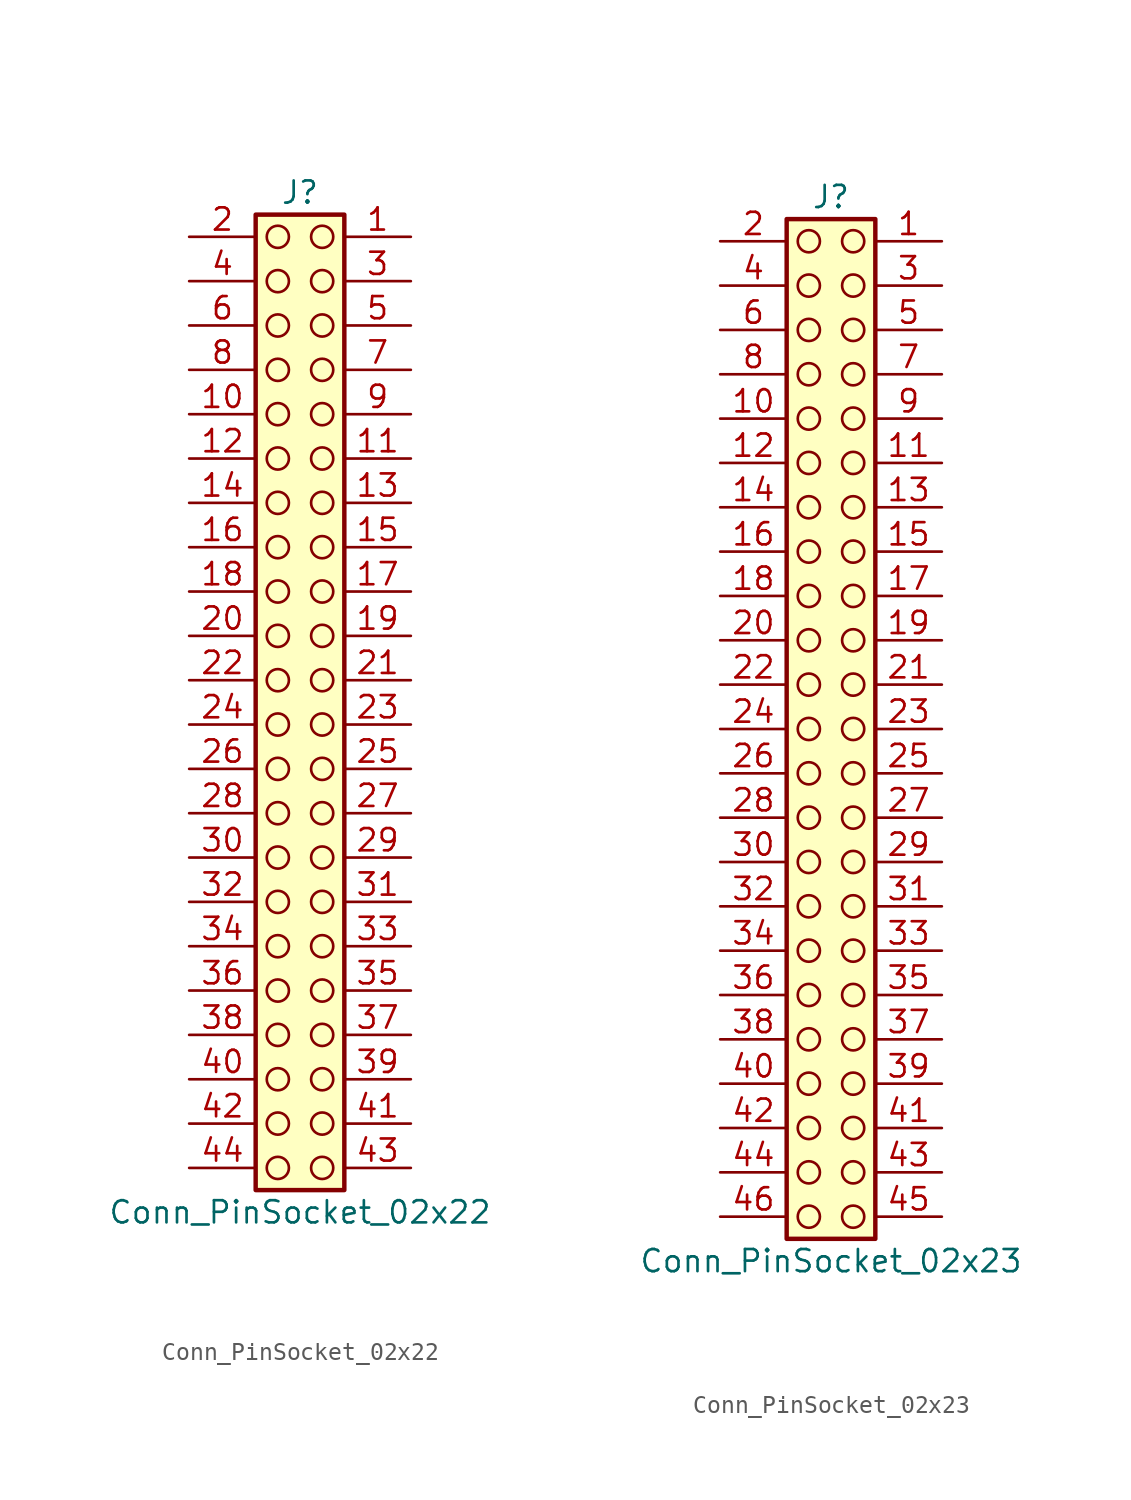
<source format=kicad_sym>
(kicad_symbol_lib
  (version 20241209)
  (generator "kicad_symbol_editor")
  (generator_version "9.0")
  (symbol "Conn_PinSocket_02x22"
    (pin_names
      (offset 1.016)
      (hide yes))
    (property "Reference" "J"
      (at 1.27 27.94 0)
      (effects (font (size 1.27 1.27))))
    (property "Value" "Conn_PinSocket_02x22"
      (at 1.27 -30.48 0)
      (effects (font (size 1.27 1.27))))
    (symbol "Conn_PinSocket_02x22_1_1"
      (rectangle (start -1.27 26.67) (end 3.81 -29.21) (stroke (width 0.254) (type default)) (fill (type background)))
      (circle (center 0 25.4) (radius 0.635) (stroke (width 0) (type solid) (color 132 0 0 1)) (fill (type none)))
      (circle (center 0 22.86) (radius 0.635) (stroke (width 0) (type solid) (color 132 0 0 1)) (fill (type none)))
      (circle (center 0 20.32) (radius 0.635) (stroke (width 0) (type solid) (color 132 0 0 1)) (fill (type none)))
      (circle (center 0 17.78) (radius 0.635) (stroke (width 0) (type solid) (color 132 0 0 1)) (fill (type none)))
      (circle (center 0 15.24) (radius 0.635) (stroke (width 0) (type solid) (color 132 0 0 1)) (fill (type none)))
      (circle (center 0 12.7) (radius 0.635) (stroke (width 0) (type solid) (color 132 0 0 1)) (fill (type none)))
      (circle (center 0 10.16) (radius 0.635) (stroke (width 0) (type solid) (color 132 0 0 1)) (fill (type none)))
      (circle (center 0 7.62) (radius 0.635) (stroke (width 0) (type solid) (color 132 0 0 1)) (fill (type none)))
      (circle (center 0 5.08) (radius 0.635) (stroke (width 0) (type solid) (color 132 0 0 1)) (fill (type none)))
      (circle (center 0 2.54) (radius 0.635) (stroke (width 0) (type solid) (color 132 0 0 1)) (fill (type none)))
      (circle (center 0 0) (radius 0.635) (stroke (width 0) (type solid) (color 132 0 0 1)) (fill (type none)))
      (circle (center 0 -2.54) (radius 0.635) (stroke (width 0) (type solid) (color 132 0 0 1)) (fill (type none)))
      (circle (center 0 -5.08) (radius 0.635) (stroke (width 0) (type solid) (color 132 0 0 1)) (fill (type none)))
      (circle (center 0 -7.62) (radius 0.635) (stroke (width 0) (type solid) (color 132 0 0 1)) (fill (type none)))
      (circle (center 0 -10.16) (radius 0.635) (stroke (width 0) (type solid) (color 132 0 0 1)) (fill (type none)))
      (circle (center 0 -12.7) (radius 0.635) (stroke (width 0) (type solid) (color 132 0 0 1)) (fill (type none)))
      (circle (center 0 -15.24) (radius 0.635) (stroke (width 0) (type solid) (color 132 0 0 1)) (fill (type none)))
      (circle (center 0 -17.78) (radius 0.635) (stroke (width 0) (type solid) (color 132 0 0 1)) (fill (type none)))
      (circle (center 0 -20.32) (radius 0.635) (stroke (width 0) (type solid) (color 132 0 0 1)) (fill (type none)))
      (circle (center 0 -22.86) (radius 0.635) (stroke (width 0) (type solid) (color 132 0 0 1)) (fill (type none)))
      (circle (center 0 -25.4) (radius 0.635) (stroke (width 0) (type solid) (color 132 0 0 1)) (fill (type none)))
      (circle (center 0 -27.94) (radius 0.635) (stroke (width 0) (type solid) (color 132 0 0 1)) (fill (type none)))
      (circle (center 2.54 25.4) (radius 0.635) (stroke (width 0) (type solid) (color 132 0 0 1)) (fill (type none)))
      (circle (center 2.54 22.86) (radius 0.635) (stroke (width 0) (type solid) (color 132 0 0 1)) (fill (type none)))
      (circle (center 2.54 20.32) (radius 0.635) (stroke (width 0) (type solid) (color 132 0 0 1)) (fill (type none)))
      (circle (center 2.54 17.78) (radius 0.635) (stroke (width 0) (type solid) (color 132 0 0 1)) (fill (type none)))
      (circle (center 2.54 15.24) (radius 0.635) (stroke (width 0) (type solid) (color 132 0 0 1)) (fill (type none)))
      (circle (center 2.54 12.7) (radius 0.635) (stroke (width 0) (type solid) (color 132 0 0 1)) (fill (type none)))
      (circle (center 2.54 10.16) (radius 0.635) (stroke (width 0) (type solid) (color 132 0 0 1)) (fill (type none)))
      (circle (center 2.54 7.62) (radius 0.635) (stroke (width 0) (type solid) (color 132 0 0 1)) (fill (type none)))
      (circle (center 2.54 5.08) (radius 0.635) (stroke (width 0) (type solid) (color 132 0 0 1)) (fill (type none)))
      (circle (center 2.54 2.54) (radius 0.635) (stroke (width 0) (type solid) (color 132 0 0 1)) (fill (type none)))
      (circle (center 2.54 0) (radius 0.635) (stroke (width 0) (type solid) (color 132 0 0 1)) (fill (type none)))
      (circle (center 2.54 -2.54) (radius 0.635) (stroke (width 0) (type solid) (color 132 0 0 1)) (fill (type none)))
      (circle (center 2.54 -5.08) (radius 0.635) (stroke (width 0) (type solid) (color 132 0 0 1)) (fill (type none)))
      (circle (center 2.54 -7.62) (radius 0.635) (stroke (width 0) (type solid) (color 132 0 0 1)) (fill (type none)))
      (circle (center 2.54 -10.16) (radius 0.635) (stroke (width 0) (type solid) (color 132 0 0 1)) (fill (type none)))
      (circle (center 2.54 -12.7) (radius 0.635) (stroke (width 0) (type solid) (color 132 0 0 1)) (fill (type none)))
      (circle (center 2.54 -15.24) (radius 0.635) (stroke (width 0) (type solid) (color 132 0 0 1)) (fill (type none)))
      (circle (center 2.54 -17.78) (radius 0.635) (stroke (width 0) (type solid) (color 132 0 0 1)) (fill (type none)))
      (circle (center 2.54 -20.32) (radius 0.635) (stroke (width 0) (type solid) (color 132 0 0 1)) (fill (type none)))
      (circle (center 2.54 -22.86) (radius 0.635) (stroke (width 0) (type solid) (color 132 0 0 1)) (fill (type none)))
      (circle (center 2.54 -25.4) (radius 0.635) (stroke (width 0) (type solid) (color 132 0 0 1)) (fill (type none)))
      (circle (center 2.54 -27.94) (radius 0.635) (stroke (width 0) (type solid) (color 132 0 0 1)) (fill (type none)))
      (pin passive line (at -5.08 25.4 0) (length 3.81) (name "Pin_2" (effects (font (size 1.27 1.27)))) (number "2" (effects (font (size 1.27 1.27)))))
      (pin passive line (at -5.08 22.86 0) (length 3.81) (name "Pin_4" (effects (font (size 1.27 1.27)))) (number "4" (effects (font (size 1.27 1.27)))))
      (pin passive line (at -5.08 20.32 0) (length 3.81) (name "Pin_6" (effects (font (size 1.27 1.27)))) (number "6" (effects (font (size 1.27 1.27)))))
      (pin passive line (at -5.08 17.78 0) (length 3.81) (name "Pin_8" (effects (font (size 1.27 1.27)))) (number "8" (effects (font (size 1.27 1.27)))))
      (pin passive line (at -5.08 15.24 0) (length 3.81) (name "Pin_10" (effects (font (size 1.27 1.27)))) (number "10" (effects (font (size 1.27 1.27)))))
      (pin passive line (at -5.08 12.7 0) (length 3.81) (name "Pin_12" (effects (font (size 1.27 1.27)))) (number "12" (effects (font (size 1.27 1.27)))))
      (pin passive line (at -5.08 10.16 0) (length 3.81) (name "Pin_14" (effects (font (size 1.27 1.27)))) (number "14" (effects (font (size 1.27 1.27)))))
      (pin passive line (at -5.08 7.62 0) (length 3.81) (name "Pin_16" (effects (font (size 1.27 1.27)))) (number "16" (effects (font (size 1.27 1.27)))))
      (pin passive line (at -5.08 5.08 0) (length 3.81) (name "Pin_18" (effects (font (size 1.27 1.27)))) (number "18" (effects (font (size 1.27 1.27)))))
      (pin passive line (at -5.08 2.54 0) (length 3.81) (name "Pin_20" (effects (font (size 1.27 1.27)))) (number "20" (effects (font (size 1.27 1.27)))))
      (pin passive line (at -5.08 0 0) (length 3.81) (name "Pin_22" (effects (font (size 1.27 1.27)))) (number "22" (effects (font (size 1.27 1.27)))))
      (pin passive line (at -5.08 -2.54 0) (length 3.81) (name "Pin_24" (effects (font (size 1.27 1.27)))) (number "24" (effects (font (size 1.27 1.27)))))
      (pin passive line (at -5.08 -5.08 0) (length 3.81) (name "Pin_26" (effects (font (size 1.27 1.27)))) (number "26" (effects (font (size 1.27 1.27)))))
      (pin passive line (at -5.08 -7.62 0) (length 3.81) (name "Pin_28" (effects (font (size 1.27 1.27)))) (number "28" (effects (font (size 1.27 1.27)))))
      (pin passive line (at -5.08 -10.16 0) (length 3.81) (name "Pin_30" (effects (font (size 1.27 1.27)))) (number "30" (effects (font (size 1.27 1.27)))))
      (pin passive line (at -5.08 -12.7 0) (length 3.81) (name "Pin_32" (effects (font (size 1.27 1.27)))) (number "32" (effects (font (size 1.27 1.27)))))
      (pin passive line (at -5.08 -15.24 0) (length 3.81) (name "Pin_34" (effects (font (size 1.27 1.27)))) (number "34" (effects (font (size 1.27 1.27)))))
      (pin passive line (at -5.08 -17.78 0) (length 3.81) (name "Pin_36" (effects (font (size 1.27 1.27)))) (number "36" (effects (font (size 1.27 1.27)))))
      (pin passive line (at -5.08 -20.32 0) (length 3.81) (name "Pin_38" (effects (font (size 1.27 1.27)))) (number "38" (effects (font (size 1.27 1.27)))))
      (pin passive line (at -5.08 -22.86 0) (length 3.81) (name "Pin_40" (effects (font (size 1.27 1.27)))) (number "40" (effects (font (size 1.27 1.27)))))
      (pin passive line (at -5.08 -25.4 0) (length 3.81) (name "Pin_42" (effects (font (size 1.27 1.27)))) (number "42" (effects (font (size 1.27 1.27)))))
      (pin passive line (at -5.08 -27.94 0) (length 3.81) (name "Pin_44" (effects (font (size 1.27 1.27)))) (number "44" (effects (font (size 1.27 1.27)))))
      (pin passive line (at 7.62 25.4 180) (length 3.81) (name "Pin_1" (effects (font (size 1.27 1.27)))) (number "1" (effects (font (size 1.27 1.27)))))
      (pin passive line (at 7.62 22.86 180) (length 3.81) (name "Pin_3" (effects (font (size 1.27 1.27)))) (number "3" (effects (font (size 1.27 1.27)))))
      (pin passive line (at 7.62 20.32 180) (length 3.81) (name "Pin_5" (effects (font (size 1.27 1.27)))) (number "5" (effects (font (size 1.27 1.27)))))
      (pin passive line (at 7.62 17.78 180) (length 3.81) (name "Pin_7" (effects (font (size 1.27 1.27)))) (number "7" (effects (font (size 1.27 1.27)))))
      (pin passive line (at 7.62 15.24 180) (length 3.81) (name "Pin_9" (effects (font (size 1.27 1.27)))) (number "9" (effects (font (size 1.27 1.27)))))
      (pin passive line (at 7.62 12.7 180) (length 3.81) (name "Pin_11" (effects (font (size 1.27 1.27)))) (number "11" (effects (font (size 1.27 1.27)))))
      (pin passive line (at 7.62 10.16 180) (length 3.81) (name "Pin_13" (effects (font (size 1.27 1.27)))) (number "13" (effects (font (size 1.27 1.27)))))
      (pin passive line (at 7.62 7.62 180) (length 3.81) (name "Pin_15" (effects (font (size 1.27 1.27)))) (number "15" (effects (font (size 1.27 1.27)))))
      (pin passive line (at 7.62 5.08 180) (length 3.81) (name "Pin_17" (effects (font (size 1.27 1.27)))) (number "17" (effects (font (size 1.27 1.27)))))
      (pin passive line (at 7.62 2.54 180) (length 3.81) (name "Pin_19" (effects (font (size 1.27 1.27)))) (number "19" (effects (font (size 1.27 1.27)))))
      (pin passive line (at 7.62 0 180) (length 3.81) (name "Pin_21" (effects (font (size 1.27 1.27)))) (number "21" (effects (font (size 1.27 1.27)))))
      (pin passive line (at 7.62 -2.54 180) (length 3.81) (name "Pin_23" (effects (font (size 1.27 1.27)))) (number "23" (effects (font (size 1.27 1.27)))))
      (pin passive line (at 7.62 -5.08 180) (length 3.81) (name "Pin_25" (effects (font (size 1.27 1.27)))) (number "25" (effects (font (size 1.27 1.27)))))
      (pin passive line (at 7.62 -7.62 180) (length 3.81) (name "Pin_27" (effects (font (size 1.27 1.27)))) (number "27" (effects (font (size 1.27 1.27)))))
      (pin passive line (at 7.62 -10.16 180) (length 3.81) (name "Pin_29" (effects (font (size 1.27 1.27)))) (number "29" (effects (font (size 1.27 1.27)))))
      (pin passive line (at 7.62 -12.7 180) (length 3.81) (name "Pin_31" (effects (font (size 1.27 1.27)))) (number "31" (effects (font (size 1.27 1.27)))))
      (pin passive line (at 7.62 -15.24 180) (length 3.81) (name "Pin_33" (effects (font (size 1.27 1.27)))) (number "33" (effects (font (size 1.27 1.27)))))
      (pin passive line (at 7.62 -17.78 180) (length 3.81) (name "Pin_35" (effects (font (size 1.27 1.27)))) (number "35" (effects (font (size 1.27 1.27)))))
      (pin passive line (at 7.62 -20.32 180) (length 3.81) (name "Pin_37" (effects (font (size 1.27 1.27)))) (number "37" (effects (font (size 1.27 1.27)))))
      (pin passive line (at 7.62 -22.86 180) (length 3.81) (name "Pin_39" (effects (font (size 1.27 1.27)))) (number "39" (effects (font (size 1.27 1.27)))))
      (pin passive line (at 7.62 -25.4 180) (length 3.81) (name "Pin_41" (effects (font (size 1.27 1.27)))) (number "41" (effects (font (size 1.27 1.27)))))
      (pin passive line (at 7.62 -27.94 180) (length 3.81) (name "Pin_43" (effects (font (size 1.27 1.27)))) (number "43" (effects (font (size 1.27 1.27)))))))
  (symbol "Conn_PinSocket_02x23"
    (pin_names
      (offset 1.016)
      (hide yes))
    (property "Reference" "J"
      (at 1.27 30.48 0)
      (effects (font (size 1.27 1.27))))
    (property "Value" "Conn_PinSocket_02x23"
      (at 1.27 -30.48 0)
      (effects (font (size 1.27 1.27))))
    (symbol "Conn_PinSocket_02x23_1_1"
      (rectangle (start -1.27 29.21) (end 3.81 -29.21) (stroke (width 0.254) (type default)) (fill (type background)))
      (circle (center 0 27.94) (radius 0.635) (stroke (width 0) (type solid) (color 132 0 0 1)) (fill (type none)))
      (circle (center 0 25.4) (radius 0.635) (stroke (width 0) (type solid) (color 132 0 0 1)) (fill (type none)))
      (circle (center 0 22.86) (radius 0.635) (stroke (width 0) (type solid) (color 132 0 0 1)) (fill (type none)))
      (circle (center 0 20.32) (radius 0.635) (stroke (width 0) (type solid) (color 132 0 0 1)) (fill (type none)))
      (circle (center 0 17.78) (radius 0.635) (stroke (width 0) (type solid) (color 132 0 0 1)) (fill (type none)))
      (circle (center 0 15.24) (radius 0.635) (stroke (width 0) (type solid) (color 132 0 0 1)) (fill (type none)))
      (circle (center 0 12.7) (radius 0.635) (stroke (width 0) (type solid) (color 132 0 0 1)) (fill (type none)))
      (circle (center 0 10.16) (radius 0.635) (stroke (width 0) (type solid) (color 132 0 0 1)) (fill (type none)))
      (circle (center 0 7.62) (radius 0.635) (stroke (width 0) (type solid) (color 132 0 0 1)) (fill (type none)))
      (circle (center 0 5.08) (radius 0.635) (stroke (width 0) (type solid) (color 132 0 0 1)) (fill (type none)))
      (circle (center 0 2.54) (radius 0.635) (stroke (width 0) (type solid) (color 132 0 0 1)) (fill (type none)))
      (circle (center 0 0) (radius 0.635) (stroke (width 0) (type solid) (color 132 0 0 1)) (fill (type none)))
      (circle (center 0 -2.54) (radius 0.635) (stroke (width 0) (type solid) (color 132 0 0 1)) (fill (type none)))
      (circle (center 0 -5.08) (radius 0.635) (stroke (width 0) (type solid) (color 132 0 0 1)) (fill (type none)))
      (circle (center 0 -7.62) (radius 0.635) (stroke (width 0) (type solid) (color 132 0 0 1)) (fill (type none)))
      (circle (center 0 -10.16) (radius 0.635) (stroke (width 0) (type solid) (color 132 0 0 1)) (fill (type none)))
      (circle (center 0 -12.7) (radius 0.635) (stroke (width 0) (type solid) (color 132 0 0 1)) (fill (type none)))
      (circle (center 0 -15.24) (radius 0.635) (stroke (width 0) (type solid) (color 132 0 0 1)) (fill (type none)))
      (circle (center 0 -17.78) (radius 0.635) (stroke (width 0) (type solid) (color 132 0 0 1)) (fill (type none)))
      (circle (center 0 -20.32) (radius 0.635) (stroke (width 0) (type solid) (color 132 0 0 1)) (fill (type none)))
      (circle (center 0 -22.86) (radius 0.635) (stroke (width 0) (type solid) (color 132 0 0 1)) (fill (type none)))
      (circle (center 0 -25.4) (radius 0.635) (stroke (width 0) (type solid) (color 132 0 0 1)) (fill (type none)))
      (circle (center 0 -27.94) (radius 0.635) (stroke (width 0) (type solid) (color 132 0 0 1)) (fill (type none)))
      (circle (center 2.54 27.94) (radius 0.635) (stroke (width 0) (type solid) (color 132 0 0 1)) (fill (type none)))
      (circle (center 2.54 25.4) (radius 0.635) (stroke (width 0) (type solid) (color 132 0 0 1)) (fill (type none)))
      (circle (center 2.54 22.86) (radius 0.635) (stroke (width 0) (type solid) (color 132 0 0 1)) (fill (type none)))
      (circle (center 2.54 20.32) (radius 0.635) (stroke (width 0) (type solid) (color 132 0 0 1)) (fill (type none)))
      (circle (center 2.54 17.78) (radius 0.635) (stroke (width 0) (type solid) (color 132 0 0 1)) (fill (type none)))
      (circle (center 2.54 15.24) (radius 0.635) (stroke (width 0) (type solid) (color 132 0 0 1)) (fill (type none)))
      (circle (center 2.54 12.7) (radius 0.635) (stroke (width 0) (type solid) (color 132 0 0 1)) (fill (type none)))
      (circle (center 2.54 10.16) (radius 0.635) (stroke (width 0) (type solid) (color 132 0 0 1)) (fill (type none)))
      (circle (center 2.54 7.62) (radius 0.635) (stroke (width 0) (type solid) (color 132 0 0 1)) (fill (type none)))
      (circle (center 2.54 5.08) (radius 0.635) (stroke (width 0) (type solid) (color 132 0 0 1)) (fill (type none)))
      (circle (center 2.54 2.54) (radius 0.635) (stroke (width 0) (type solid) (color 132 0 0 1)) (fill (type none)))
      (circle (center 2.54 0) (radius 0.635) (stroke (width 0) (type solid) (color 132 0 0 1)) (fill (type none)))
      (circle (center 2.54 -2.54) (radius 0.635) (stroke (width 0) (type solid) (color 132 0 0 1)) (fill (type none)))
      (circle (center 2.54 -5.08) (radius 0.635) (stroke (width 0) (type solid) (color 132 0 0 1)) (fill (type none)))
      (circle (center 2.54 -7.62) (radius 0.635) (stroke (width 0) (type solid) (color 132 0 0 1)) (fill (type none)))
      (circle (center 2.54 -10.16) (radius 0.635) (stroke (width 0) (type solid) (color 132 0 0 1)) (fill (type none)))
      (circle (center 2.54 -12.7) (radius 0.635) (stroke (width 0) (type solid) (color 132 0 0 1)) (fill (type none)))
      (circle (center 2.54 -15.24) (radius 0.635) (stroke (width 0) (type solid) (color 132 0 0 1)) (fill (type none)))
      (circle (center 2.54 -17.78) (radius 0.635) (stroke (width 0) (type solid) (color 132 0 0 1)) (fill (type none)))
      (circle (center 2.54 -20.32) (radius 0.635) (stroke (width 0) (type solid) (color 132 0 0 1)) (fill (type none)))
      (circle (center 2.54 -22.86) (radius 0.635) (stroke (width 0) (type solid) (color 132 0 0 1)) (fill (type none)))
      (circle (center 2.54 -25.4) (radius 0.635) (stroke (width 0) (type solid) (color 132 0 0 1)) (fill (type none)))
      (circle (center 2.54 -27.94) (radius 0.635) (stroke (width 0) (type solid) (color 132 0 0 1)) (fill (type none)))
      (pin passive line (at -5.08 27.94 0) (length 3.81) (name "Pin_2" (effects (font (size 1.27 1.27)))) (number "2" (effects (font (size 1.27 1.27)))))
      (pin passive line (at -5.08 25.4 0) (length 3.81) (name "Pin_4" (effects (font (size 1.27 1.27)))) (number "4" (effects (font (size 1.27 1.27)))))
      (pin passive line (at -5.08 22.86 0) (length 3.81) (name "Pin_6" (effects (font (size 1.27 1.27)))) (number "6" (effects (font (size 1.27 1.27)))))
      (pin passive line (at -5.08 20.32 0) (length 3.81) (name "Pin_8" (effects (font (size 1.27 1.27)))) (number "8" (effects (font (size 1.27 1.27)))))
      (pin passive line (at -5.08 17.78 0) (length 3.81) (name "Pin_10" (effects (font (size 1.27 1.27)))) (number "10" (effects (font (size 1.27 1.27)))))
      (pin passive line (at -5.08 15.24 0) (length 3.81) (name "Pin_12" (effects (font (size 1.27 1.27)))) (number "12" (effects (font (size 1.27 1.27)))))
      (pin passive line (at -5.08 12.7 0) (length 3.81) (name "Pin_14" (effects (font (size 1.27 1.27)))) (number "14" (effects (font (size 1.27 1.27)))))
      (pin passive line (at -5.08 10.16 0) (length 3.81) (name "Pin_16" (effects (font (size 1.27 1.27)))) (number "16" (effects (font (size 1.27 1.27)))))
      (pin passive line (at -5.08 7.62 0) (length 3.81) (name "Pin_18" (effects (font (size 1.27 1.27)))) (number "18" (effects (font (size 1.27 1.27)))))
      (pin passive line (at -5.08 5.08 0) (length 3.81) (name "Pin_20" (effects (font (size 1.27 1.27)))) (number "20" (effects (font (size 1.27 1.27)))))
      (pin passive line (at -5.08 2.54 0) (length 3.81) (name "Pin_22" (effects (font (size 1.27 1.27)))) (number "22" (effects (font (size 1.27 1.27)))))
      (pin passive line (at -5.08 0 0) (length 3.81) (name "Pin_24" (effects (font (size 1.27 1.27)))) (number "24" (effects (font (size 1.27 1.27)))))
      (pin passive line (at -5.08 -2.54 0) (length 3.81) (name "Pin_26" (effects (font (size 1.27 1.27)))) (number "26" (effects (font (size 1.27 1.27)))))
      (pin passive line (at -5.08 -5.08 0) (length 3.81) (name "Pin_28" (effects (font (size 1.27 1.27)))) (number "28" (effects (font (size 1.27 1.27)))))
      (pin passive line (at -5.08 -7.62 0) (length 3.81) (name "Pin_30" (effects (font (size 1.27 1.27)))) (number "30" (effects (font (size 1.27 1.27)))))
      (pin passive line (at -5.08 -10.16 0) (length 3.81) (name "Pin_32" (effects (font (size 1.27 1.27)))) (number "32" (effects (font (size 1.27 1.27)))))
      (pin passive line (at -5.08 -12.7 0) (length 3.81) (name "Pin_34" (effects (font (size 1.27 1.27)))) (number "34" (effects (font (size 1.27 1.27)))))
      (pin passive line (at -5.08 -15.24 0) (length 3.81) (name "Pin_36" (effects (font (size 1.27 1.27)))) (number "36" (effects (font (size 1.27 1.27)))))
      (pin passive line (at -5.08 -17.78 0) (length 3.81) (name "Pin_38" (effects (font (size 1.27 1.27)))) (number "38" (effects (font (size 1.27 1.27)))))
      (pin passive line (at -5.08 -20.32 0) (length 3.81) (name "Pin_40" (effects (font (size 1.27 1.27)))) (number "40" (effects (font (size 1.27 1.27)))))
      (pin passive line (at -5.08 -22.86 0) (length 3.81) (name "Pin_42" (effects (font (size 1.27 1.27)))) (number "42" (effects (font (size 1.27 1.27)))))
      (pin passive line (at -5.08 -25.4 0) (length 3.81) (name "Pin_44" (effects (font (size 1.27 1.27)))) (number "44" (effects (font (size 1.27 1.27)))))
      (pin passive line (at -5.08 -27.94 0) (length 3.81) (name "Pin_46" (effects (font (size 1.27 1.27)))) (number "46" (effects (font (size 1.27 1.27)))))
      (pin passive line (at 7.62 27.94 180) (length 3.81) (name "Pin_1" (effects (font (size 1.27 1.27)))) (number "1" (effects (font (size 1.27 1.27)))))
      (pin passive line (at 7.62 25.4 180) (length 3.81) (name "Pin_3" (effects (font (size 1.27 1.27)))) (number "3" (effects (font (size 1.27 1.27)))))
      (pin passive line (at 7.62 22.86 180) (length 3.81) (name "Pin_5" (effects (font (size 1.27 1.27)))) (number "5" (effects (font (size 1.27 1.27)))))
      (pin passive line (at 7.62 20.32 180) (length 3.81) (name "Pin_7" (effects (font (size 1.27 1.27)))) (number "7" (effects (font (size 1.27 1.27)))))
      (pin passive line (at 7.62 17.78 180) (length 3.81) (name "Pin_9" (effects (font (size 1.27 1.27)))) (number "9" (effects (font (size 1.27 1.27)))))
      (pin passive line (at 7.62 15.24 180) (length 3.81) (name "Pin_11" (effects (font (size 1.27 1.27)))) (number "11" (effects (font (size 1.27 1.27)))))
      (pin passive line (at 7.62 12.7 180) (length 3.81) (name "Pin_13" (effects (font (size 1.27 1.27)))) (number "13" (effects (font (size 1.27 1.27)))))
      (pin passive line (at 7.62 10.16 180) (length 3.81) (name "Pin_15" (effects (font (size 1.27 1.27)))) (number "15" (effects (font (size 1.27 1.27)))))
      (pin passive line (at 7.62 7.62 180) (length 3.81) (name "Pin_17" (effects (font (size 1.27 1.27)))) (number "17" (effects (font (size 1.27 1.27)))))
      (pin passive line (at 7.62 5.08 180) (length 3.81) (name "Pin_19" (effects (font (size 1.27 1.27)))) (number "19" (effects (font (size 1.27 1.27)))))
      (pin passive line (at 7.62 2.54 180) (length 3.81) (name "Pin_21" (effects (font (size 1.27 1.27)))) (number "21" (effects (font (size 1.27 1.27)))))
      (pin passive line (at 7.62 0 180) (length 3.81) (name "Pin_23" (effects (font (size 1.27 1.27)))) (number "23" (effects (font (size 1.27 1.27)))))
      (pin passive line (at 7.62 -2.54 180) (length 3.81) (name "Pin_25" (effects (font (size 1.27 1.27)))) (number "25" (effects (font (size 1.27 1.27)))))
      (pin passive line (at 7.62 -5.08 180) (length 3.81) (name "Pin_27" (effects (font (size 1.27 1.27)))) (number "27" (effects (font (size 1.27 1.27)))))
      (pin passive line (at 7.62 -7.62 180) (length 3.81) (name "Pin_29" (effects (font (size 1.27 1.27)))) (number "29" (effects (font (size 1.27 1.27)))))
      (pin passive line (at 7.62 -10.16 180) (length 3.81) (name "Pin_31" (effects (font (size 1.27 1.27)))) (number "31" (effects (font (size 1.27 1.27)))))
      (pin passive line (at 7.62 -12.7 180) (length 3.81) (name "Pin_33" (effects (font (size 1.27 1.27)))) (number "33" (effects (font (size 1.27 1.27)))))
      (pin passive line (at 7.62 -15.24 180) (length 3.81) (name "Pin_35" (effects (font (size 1.27 1.27)))) (number "35" (effects (font (size 1.27 1.27)))))
      (pin passive line (at 7.62 -17.78 180) (length 3.81) (name "Pin_37" (effects (font (size 1.27 1.27)))) (number "37" (effects (font (size 1.27 1.27)))))
      (pin passive line (at 7.62 -20.32 180) (length 3.81) (name "Pin_39" (effects (font (size 1.27 1.27)))) (number "39" (effects (font (size 1.27 1.27)))))
      (pin passive line (at 7.62 -22.86 180) (length 3.81) (name "Pin_41" (effects (font (size 1.27 1.27)))) (number "41" (effects (font (size 1.27 1.27)))))
      (pin passive line (at 7.62 -25.4 180) (length 3.81) (name "Pin_43" (effects (font (size 1.27 1.27)))) (number "43" (effects (font (size 1.27 1.27)))))
      (pin passive line (at 7.62 -27.94 180) (length 3.81) (name "Pin_45" (effects (font (size 1.27 1.27)))) (number "45" (effects (font (size 1.27 1.27))))))))
</source>
